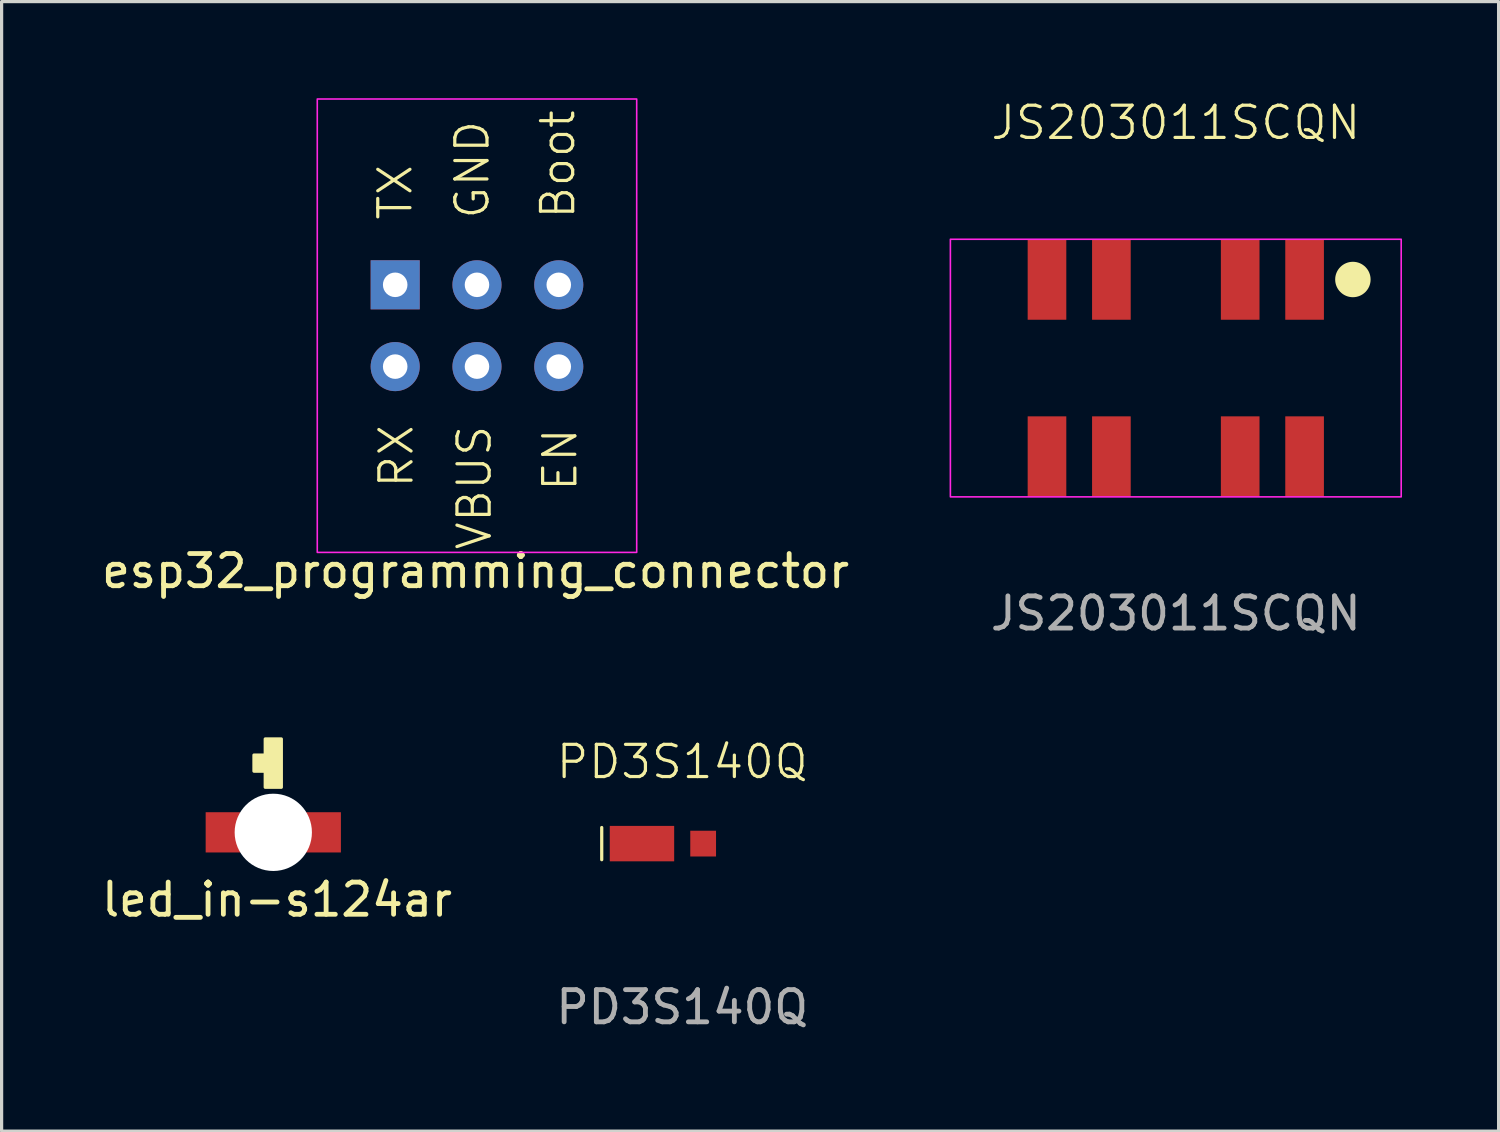
<source format=kicad_pcb>
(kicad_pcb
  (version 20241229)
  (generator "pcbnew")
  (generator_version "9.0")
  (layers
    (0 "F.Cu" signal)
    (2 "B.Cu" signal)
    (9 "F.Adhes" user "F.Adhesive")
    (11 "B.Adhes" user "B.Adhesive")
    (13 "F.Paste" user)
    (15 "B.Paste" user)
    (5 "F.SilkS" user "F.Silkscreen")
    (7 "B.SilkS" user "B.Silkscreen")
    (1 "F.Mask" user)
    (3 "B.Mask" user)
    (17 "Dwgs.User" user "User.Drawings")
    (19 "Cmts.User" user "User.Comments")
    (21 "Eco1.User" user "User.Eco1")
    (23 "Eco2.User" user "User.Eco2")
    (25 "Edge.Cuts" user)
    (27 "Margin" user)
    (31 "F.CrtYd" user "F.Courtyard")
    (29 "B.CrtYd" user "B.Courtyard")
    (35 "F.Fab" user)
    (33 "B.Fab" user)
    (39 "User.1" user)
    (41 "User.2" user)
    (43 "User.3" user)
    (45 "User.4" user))
  (footprint "esp32_programming_connector"
    (layer "F.Cu")
    (at 11.763 7.065)
    (property "Reference" "esp32_programming_connector" (at -0.043 7.62 0) (layer "F.SilkS") (effects (font (size 1 1) (thickness 0.15))))
    (attr through_hole)
    (fp_rect (start -4.96 -7.04) (end 4.96 7.04) (stroke (width 0.05) (type solid)) (fill no) (layer "F.CrtYd"))
    (fp_text user "VBUS" (at 0.505 7.02 90) (unlocked yes) (layer "F.SilkS") (effects (font (size 1 1) (thickness 0.1)) (justify left bottom)))
    (fp_text user "TX" (at -1.954 -3.22 90) (unlocked yes) (layer "F.SilkS") (effects (font (size 1 1) (thickness 0.1)) (justify left bottom)))
    (fp_text user "GND" (at 0.438 -3.254 90) (unlocked yes) (layer "F.SilkS") (effects (font (size 1 1) (thickness 0.1)) (justify left bottom)))
    (fp_text user "Boot" (at 3.099 -3.254 90) (unlocked yes) (layer "F.SilkS") (effects (font (size 1 1) (thickness 0.1)) (justify left bottom)))
    (fp_text user "EN" (at 3.166 5.201 90) (unlocked yes) (layer "F.SilkS") (effects (font (size 1 1) (thickness 0.1)) (justify left bottom)))
    (fp_text user "RX" (at -1.92 5.1 90) (unlocked yes) (layer "F.SilkS") (effects (font (size 1 1) (thickness 0.1)) (justify left bottom)))
    (pad "1" thru_hole rect (at -2.54 -1.27) (size 1.524 1.524) (drill 0.762) (layers "*.Cu" "*.Mask"))
    (pad "2" thru_hole circle (at -2.54 1.27) (size 1.524 1.524) (drill 0.762) (layers "*.Cu" "*.Mask"))
    (pad "3" thru_hole circle (at 0 -1.27) (size 1.524 1.524) (drill 0.762) (layers "*.Cu" "*.Mask"))
    (pad "4" thru_hole circle (at 0 1.27) (size 1.524 1.524) (drill 0.762) (layers "*.Cu" "*.Mask"))
    (pad "5" thru_hole circle (at 2.54 -1.27) (size 1.524 1.524) (drill 0.762) (layers "*.Cu" "*.Mask"))
    (pad "6" thru_hole circle (at 2.54 1.27) (size 1.524 1.524) (drill 0.762) (layers "*.Cu" "*.Mask")))
  (footprint "PD3S140Q"
    (layer "F.Cu")
    (at 18.137 23.149)
    (property "Reference" "PD3S140Q" (at 0 -2.54 0) (unlocked yes) (layer "F.SilkS") (effects (font (size 1 1) (thickness 0.1))))
    (attr smd)
    (fp_line (start -2.5 -0.5) (end -2.5 0.5) (stroke (width 0.1) (type default)) (layer "F.SilkS"))
    (fp_text user "${REFERENCE}" (at 0 5.08 0) (unlocked yes) (layer "F.Fab") (effects (font (size 1 1) (thickness 0.15))))
    (pad "1" smd rect (at -1.25 0) (size 2 1.1) (layers "F.Cu" "F.Mask" "F.Paste"))
    (pad "2" smd rect (at 0.65 0) (size 0.8 0.8) (layers "F.Cu" "F.Mask" "F.Paste")))
  (footprint "JS203011SCQN"
    (layer "F.Cu")
    (at 33.465 8.38)
    (property "Reference" "JS203011SCQN" (at 0 -7.62 0) (unlocked yes) (layer "F.SilkS") (effects (font (size 1 1) (thickness 0.1))))
    (attr smd)
    (fp_circle (center 5.5 -2.75) (end 6 -2.75) (stroke (width 0.1) (type solid)) (fill yes) (layer "F.SilkS"))
    (fp_rect (start -7 -4) (end 7 4) (stroke (width 0.05) (type default)) (fill no) (layer "F.CrtYd"))
    (fp_text user "${REFERENCE}" (at 0 7.62 0) (unlocked yes) (layer "F.Fab") (effects (font (size 1 1) (thickness 0.15))))
    (pad "1" smd rect (at -4 -2.75) (size 1.2 2.5) (layers "F.Cu" "F.Mask" "F.Paste"))
    (pad "1" smd rect (at -4 2.75) (size 1.2 2.5) (layers "F.Cu" "F.Mask" "F.Paste"))
    (pad "2" smd rect (at -2 -2.75) (size 1.2 2.5) (layers "F.Cu" "F.Mask" "F.Paste"))
    (pad "2" smd rect (at -2 2.75) (size 1.2 2.5) (layers "F.Cu" "F.Mask" "F.Paste"))
    (pad "3" smd rect (at 2 -2.75) (size 1.2 2.5) (layers "F.Cu" "F.Mask" "F.Paste"))
    (pad "3" smd rect (at 2 2.75) (size 1.2 2.5) (layers "F.Cu" "F.Mask" "F.Paste"))
    (pad "4" smd rect (at 4 -2.75) (size 1.2 2.5) (layers "F.Cu" "F.Mask" "F.Paste"))
    (pad "4" smd rect (at 4 2.75) (size 1.2 2.5) (layers "F.Cu" "F.Mask" "F.Paste")))
  (footprint "led_in-s124ar"
    (layer "F.Cu")
    (at 5.437 22.799)
    (property "Reference" "led_in-s124ar" (at 0.117 2.09 0) (layer "F.SilkS") (effects (font (size 1 1) (thickness 0.15))))
    (attr through_hole)
    (fp_rect (start -0.25 -2.9) (end 0.25 -1.4) (stroke (width 0.1) (type solid)) (fill yes) (layer "F.SilkS"))
    (fp_rect (start -0.25 -1.9) (end -0.6 -2.4) (stroke (width 0.1) (type solid)) (fill yes) (layer "F.SilkS"))
    (pad "" np_thru_hole circle (at 0 0) (size 2.4 2.4) (drill 2.4) (layers "*.Cu" "*.Mask"))
    (pad "1" smd rect (at -1.56 0) (size 1.08 1.25) (layers "F.Cu" "F.Mask" "F.Paste"))
    (pad "2" smd rect (at 1.56 0) (size 1.08 1.25) (layers "F.Cu" "F.Mask" "F.Paste")))
  (gr_rect
    (start -3 -3)
    (end 43.49 32.078)
    (stroke (width 0.1) (type default))
    (fill no)
    (layer "Edge.Cuts")))
</source>
